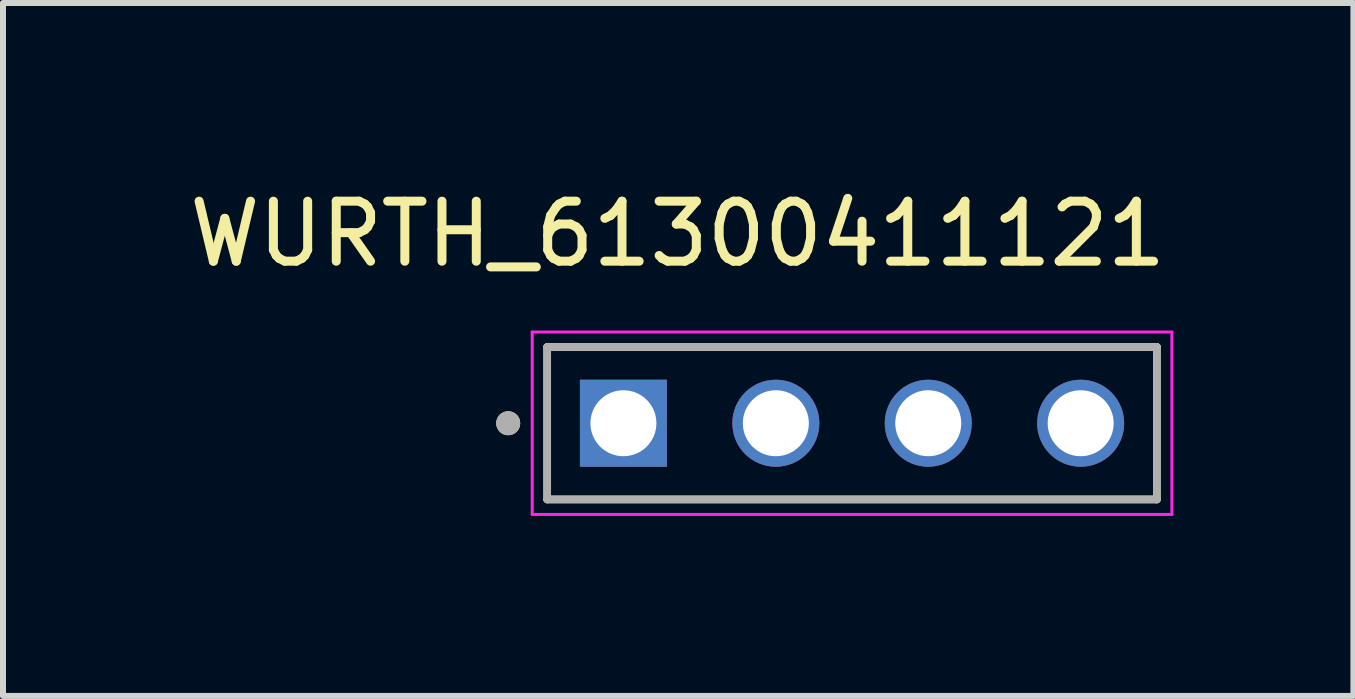
<source format=kicad_pcb>
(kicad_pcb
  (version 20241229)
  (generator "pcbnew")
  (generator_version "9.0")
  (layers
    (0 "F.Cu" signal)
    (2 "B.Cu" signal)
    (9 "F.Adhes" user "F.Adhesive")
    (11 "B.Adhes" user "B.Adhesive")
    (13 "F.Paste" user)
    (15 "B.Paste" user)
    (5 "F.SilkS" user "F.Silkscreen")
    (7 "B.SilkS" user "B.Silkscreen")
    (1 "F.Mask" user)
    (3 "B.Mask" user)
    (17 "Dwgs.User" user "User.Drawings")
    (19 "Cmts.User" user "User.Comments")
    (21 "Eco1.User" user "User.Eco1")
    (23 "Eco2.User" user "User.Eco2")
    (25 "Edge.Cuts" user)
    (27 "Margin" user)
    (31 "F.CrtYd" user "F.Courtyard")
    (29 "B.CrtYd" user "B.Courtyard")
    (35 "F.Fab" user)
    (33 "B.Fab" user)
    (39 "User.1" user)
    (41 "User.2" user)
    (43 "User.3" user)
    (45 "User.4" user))
  (footprint "WURTH_61300411121"
    (layer "F.Cu")
    (at 11.149 4.003)
    (property "Reference" "WURTH_61300411121" (at -2.905 -3.155 0) (layer "F.SilkS") (effects (font (size 1 1) (thickness 0.15))))
    (attr through_hole)
    (fp_line (start -5.08 1.27) (end -5.08 -1.27) (stroke (width 0.127) (type solid)) (layer "F.SilkS"))
    (fp_line (start 5.08 -1.27) (end -5.08 -1.27) (stroke (width 0.127) (type solid)) (layer "F.SilkS"))
    (fp_line (start 5.08 -1.27) (end 5.08 1.27) (stroke (width 0.127) (type solid)) (layer "F.SilkS"))
    (fp_line (start 5.08 1.27) (end -5.08 1.27) (stroke (width 0.127) (type solid)) (layer "F.SilkS"))
    (fp_circle (center -5.73 0) (end -5.63 0) (stroke (width 0.2) (type solid)) (fill no) (layer "F.SilkS"))
    (fp_line (start -5.33 -1.52) (end 5.33 -1.52) (stroke (width 0.05) (type solid)) (layer "F.CrtYd"))
    (fp_line (start -5.33 1.52) (end -5.33 -1.52) (stroke (width 0.05) (type solid)) (layer "F.CrtYd"))
    (fp_line (start 5.33 -1.52) (end 5.33 1.52) (stroke (width 0.05) (type solid)) (layer "F.CrtYd"))
    (fp_line (start 5.33 1.52) (end -5.33 1.52) (stroke (width 0.05) (type solid)) (layer "F.CrtYd"))
    (fp_line (start -5.08 -1.27) (end 5.08 -1.27) (stroke (width 0.127) (type solid)) (layer "F.Fab"))
    (fp_line (start -5.08 1.27) (end -5.08 -1.27) (stroke (width 0.127) (type solid)) (layer "F.Fab"))
    (fp_line (start 5.08 -1.27) (end 5.08 1.27) (stroke (width 0.127) (type solid)) (layer "F.Fab"))
    (fp_line (start 5.08 1.27) (end -5.08 1.27) (stroke (width 0.127) (type solid)) (layer "F.Fab"))
    (fp_circle (center -5.73 0) (end -5.63 0) (stroke (width 0.2) (type solid)) (fill no) (layer "F.Fab"))
    (pad "01" thru_hole rect (at -3.81 0) (size 1.45 1.45) (drill 1.1) (layers "*.Cu" "*.Mask"))
    (pad "02" thru_hole circle (at -1.27 0) (size 1.45 1.45) (drill 1.1) (layers "*.Cu" "*.Mask"))
    (pad "03" thru_hole circle (at 1.27 0) (size 1.45 1.45) (drill 1.1) (layers "*.Cu" "*.Mask"))
    (pad "04" thru_hole circle (at 3.81 0) (size 1.45 1.45) (drill 1.1) (layers "*.Cu" "*.Mask")))
  (gr_rect
    (start -3 -3)
    (end 19.504 8.548)
    (stroke (width 0.1) (type default))
    (fill no)
    (layer "Edge.Cuts")))
</source>
